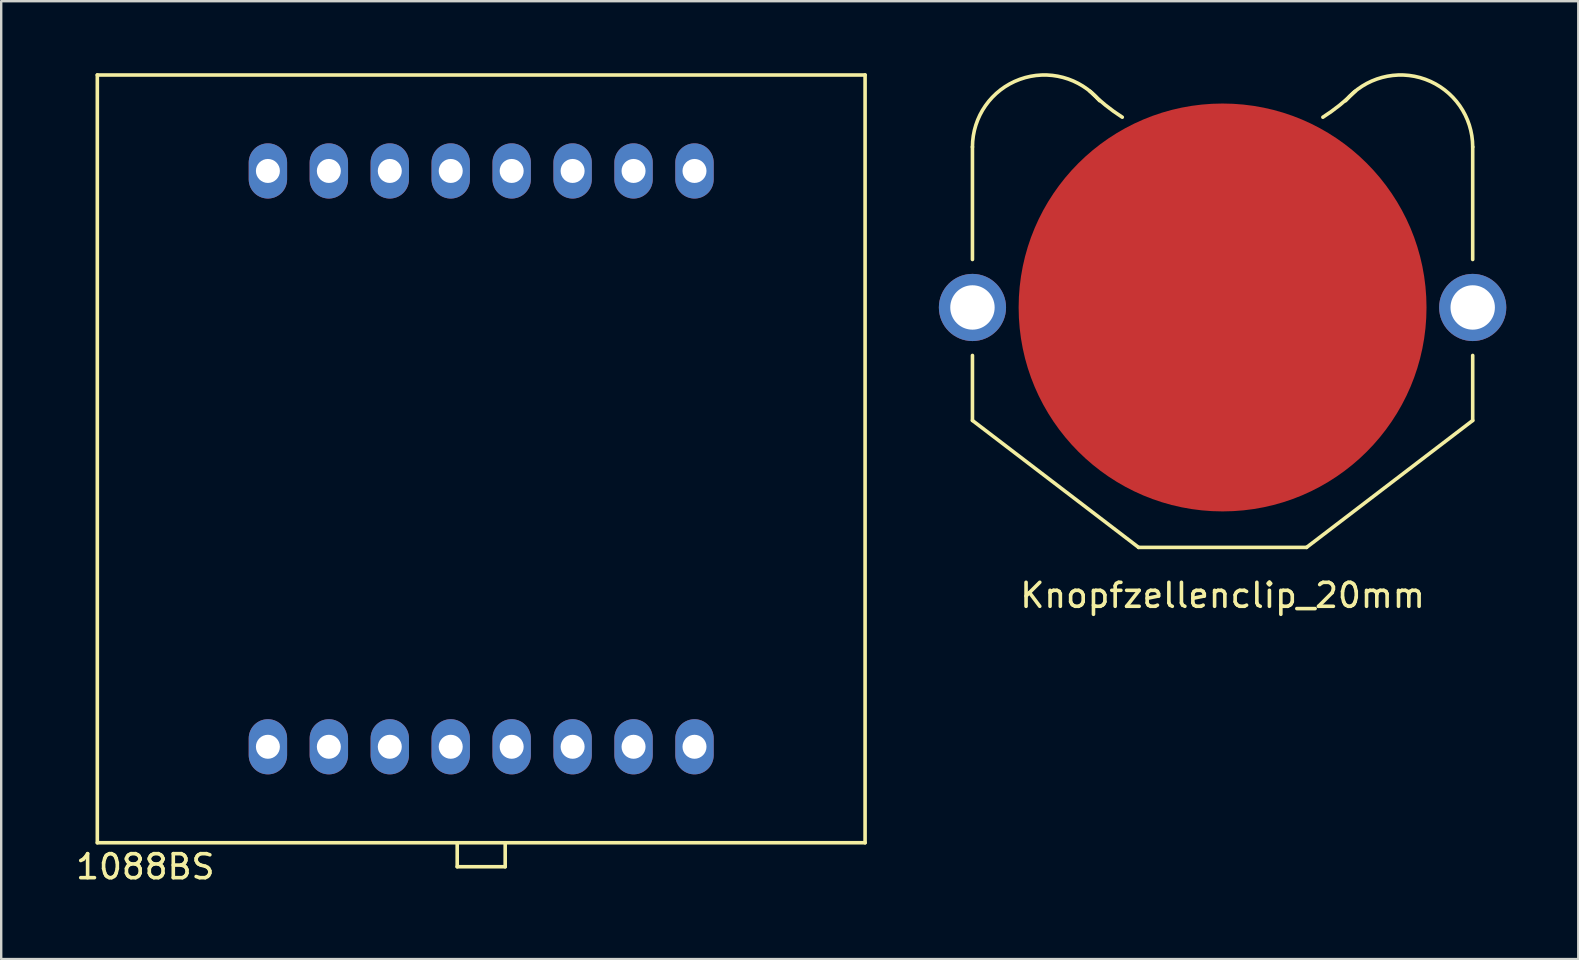
<source format=kicad_pcb>
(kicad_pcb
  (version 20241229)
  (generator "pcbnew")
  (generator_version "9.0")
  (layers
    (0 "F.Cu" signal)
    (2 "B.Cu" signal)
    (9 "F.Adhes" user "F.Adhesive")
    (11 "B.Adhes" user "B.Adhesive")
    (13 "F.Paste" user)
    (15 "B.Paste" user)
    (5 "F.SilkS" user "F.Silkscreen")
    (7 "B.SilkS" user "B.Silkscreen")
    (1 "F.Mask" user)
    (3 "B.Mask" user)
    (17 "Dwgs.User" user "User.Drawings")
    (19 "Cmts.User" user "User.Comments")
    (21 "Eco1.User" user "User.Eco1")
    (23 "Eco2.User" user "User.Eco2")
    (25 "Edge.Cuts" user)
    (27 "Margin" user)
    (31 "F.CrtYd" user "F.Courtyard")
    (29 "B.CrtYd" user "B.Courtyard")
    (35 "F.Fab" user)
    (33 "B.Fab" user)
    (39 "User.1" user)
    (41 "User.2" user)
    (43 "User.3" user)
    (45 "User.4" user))
  (footprint "1088BS"
    (layer "F.Cu")
    (at 17.006 16.075)
    (property "Reference" "1088BS" (at -14 17 0) (layer "F.SilkS") (effects (font (size 1 1) (thickness 0.15))))
    (attr through_hole)
    (fp_line (start -16 -16) (end -16 16) (stroke (width 0.15) (type solid)) (layer "F.SilkS"))
    (fp_line (start -16 16) (end 16 16) (stroke (width 0.15) (type solid)) (layer "F.SilkS"))
    (fp_line (start -1 16) (end -1 17) (stroke (width 0.15) (type solid)) (layer "F.SilkS"))
    (fp_line (start -1 17) (end 1 17) (stroke (width 0.15) (type solid)) (layer "F.SilkS"))
    (fp_line (start 1 17) (end 1 16) (stroke (width 0.15) (type solid)) (layer "F.SilkS"))
    (fp_line (start 16 -16) (end -16 -16) (stroke (width 0.15) (type solid)) (layer "F.SilkS"))
    (fp_line (start 16 16) (end 16 -16) (stroke (width 0.15) (type solid)) (layer "F.SilkS"))
    (pad "1" thru_hole oval (at -8.89 12) (size 1.6 2.3) (drill 1) (layers "*.Cu" "*.Mask"))
    (pad "2" thru_hole oval (at -6.35 12) (size 1.6 2.3) (drill 1) (layers "*.Cu" "*.Mask"))
    (pad "3" thru_hole oval (at -3.81 12) (size 1.6 2.3) (drill 1) (layers "*.Cu" "*.Mask"))
    (pad "4" thru_hole oval (at -1.27 12) (size 1.6 2.3) (drill 1) (layers "*.Cu" "*.Mask"))
    (pad "5" thru_hole oval (at 1.27 12) (size 1.6 2.3) (drill 1) (layers "*.Cu" "*.Mask"))
    (pad "6" thru_hole oval (at 3.81 12) (size 1.6 2.3) (drill 1) (layers "*.Cu" "*.Mask"))
    (pad "7" thru_hole oval (at 6.35 12) (size 1.6 2.3) (drill 1) (layers "*.Cu" "*.Mask"))
    (pad "8" thru_hole oval (at 8.89 12) (size 1.6 2.3) (drill 1) (layers "*.Cu" "*.Mask"))
    (pad "9" thru_hole oval (at 8.89 -12) (size 1.6 2.3) (drill 1) (layers "*.Cu" "*.Mask"))
    (pad "10" thru_hole oval (at 6.35 -12) (size 1.6 2.3) (drill 1) (layers "*.Cu" "*.Mask"))
    (pad "11" thru_hole oval (at 3.81 -12) (size 1.6 2.3) (drill 1) (layers "*.Cu" "*.Mask"))
    (pad "12" thru_hole oval (at 1.27 -12) (size 1.6 2.3) (drill 1) (layers "*.Cu" "*.Mask"))
    (pad "13" thru_hole oval (at -1.27 -12) (size 1.6 2.3) (drill 1) (layers "*.Cu" "*.Mask"))
    (pad "14" thru_hole oval (at -3.81 -12) (size 1.6 2.3) (drill 1) (layers "*.Cu" "*.Mask"))
    (pad "15" thru_hole oval (at -6.35 -12) (size 1.6 2.3) (drill 1) (layers "*.Cu" "*.Mask"))
    (pad "16" thru_hole oval (at -8.89 -12) (size 1.6 2.3) (drill 1) (layers "*.Cu" "*.Mask")))
  (footprint "Knopfzellenclip_20mm"
    (layer "F.Cu")
    (at 47.906 9.765)
    (property "Reference" "Knopfzellenclip_20mm" (at 0 12 0) (layer "F.SilkS") (effects (font (size 1 1) (thickness 0.15))))
    (attr through_hole)
    (fp_line (start -10.425 -2) (end -10.425 -6.69) (stroke (width 0.15) (type solid)) (layer "F.SilkS"))
    (fp_line (start -10.425 2) (end -10.425 4.71) (stroke (width 0.15) (type solid)) (layer "F.SilkS"))
    (fp_line (start -10.425 4.71) (end -3.5 10) (stroke (width 0.15) (type solid)) (layer "F.SilkS"))
    (fp_line (start -3.5 10) (end 3.5 10) (stroke (width 0.15) (type solid)) (layer "F.SilkS"))
    (fp_line (start 3.5 10) (end 10.425 4.71) (stroke (width 0.15) (type solid)) (layer "F.SilkS"))
    (fp_line (start 10.425 -6.69) (end 10.425 -2) (stroke (width 0.15) (type solid)) (layer "F.SilkS"))
    (fp_line (start 10.425 2) (end 10.425 4.71) (stroke (width 0.15) (type solid)) (layer "F.SilkS"))
    (fp_arc (start -10.425 -6.69) (mid -8.451061 -9.509078) (end -5.126867 -8.618363) (stroke (width 0.15) (type solid)) (layer "F.SilkS"))
    (fp_arc (start -4.18083 -7.930124) (mid -4.881596 -8.432659) (end -5.522504 -9.009593) (stroke (width 0.15) (type solid)) (layer "F.SilkS"))
    (fp_arc (start 5.126867 -8.618363) (mid 8.451061 -9.509078) (end 10.425 -6.69) (stroke (width 0.15) (type solid)) (layer "F.SilkS"))
    (fp_arc (start 5.522504 -9.009593) (mid 4.881596 -8.432659) (end 4.18083 -7.930124) (stroke (width 0.15) (type solid)) (layer "F.SilkS"))
    (pad "1" thru_hole circle (at -10.425 0) (size 2.8 2.8) (drill 1.85) (layers "*.Cu" "*.Mask"))
    (pad "1" thru_hole circle (at 10.425 0) (size 2.8 2.8) (drill 1.85) (layers "*.Cu" "*.Mask"))
    (pad "2" smd circle (at 0 0) (size 17 17) (layers "F.Cu" "F.Mask")))
  (gr_rect
    (start -3 -3)
    (end 62.731 36.923)
    (stroke (width 0.1) (type default))
    (fill no)
    (layer "Edge.Cuts")))
</source>
